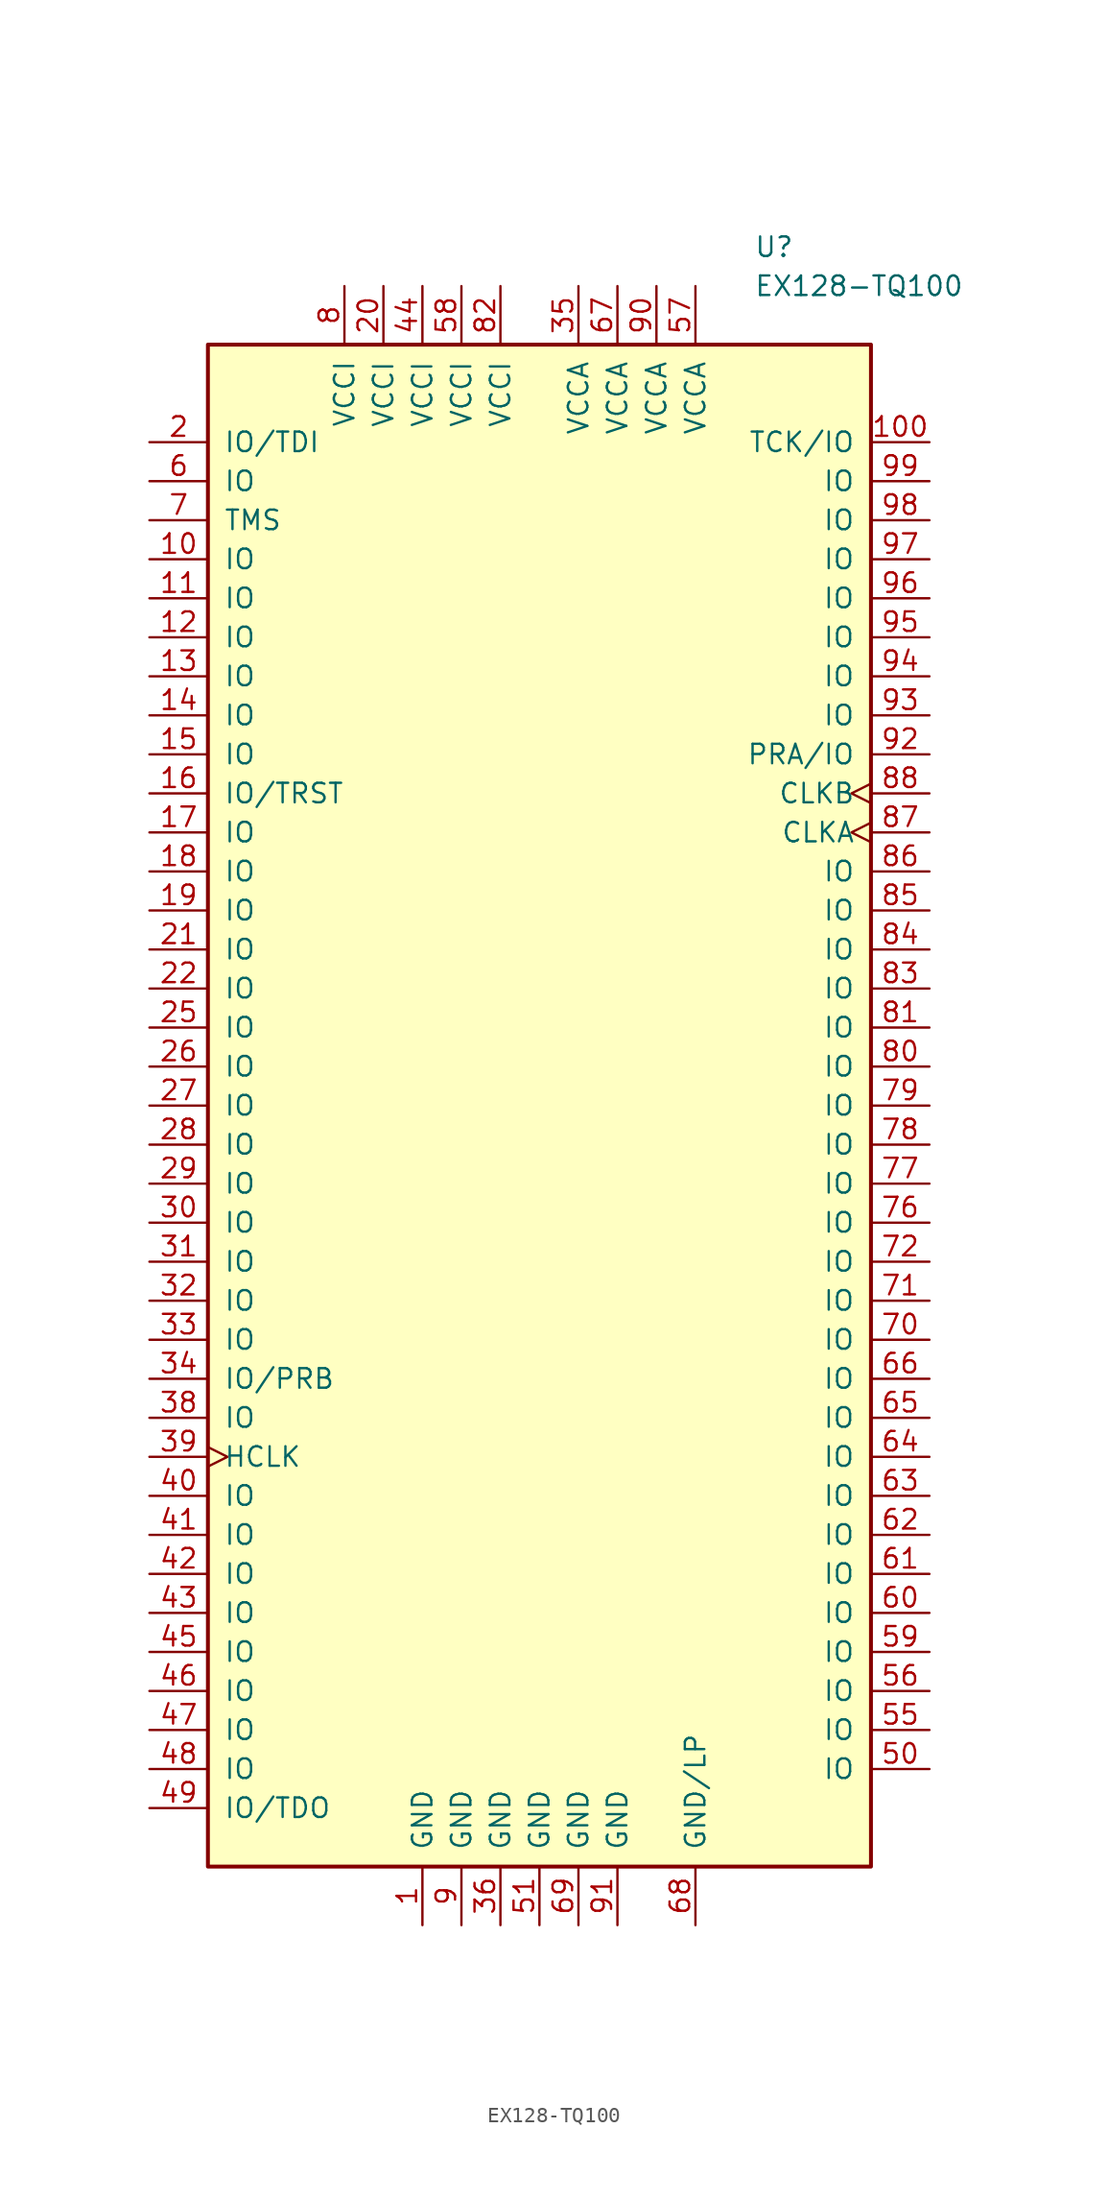
<source format=kicad_sym>
(kicad_symbol_lib
  (version 20231120)
  (generator "kicad_symbol_editor")
  (generator_version "8.0")
  (symbol "EX128-TQ100"
    (pin_names
      (offset 1.016))
    (property "Reference" "U"
      (at 13.97 55.88 0)
      (effects (font (size 1.27 1.27)) (justify left)))
    (property "Value" "EX128-TQ100"
      (at 13.97 53.34 0)
      (effects (font (size 1.27 1.27)) (justify left)))
    (symbol "EX128-TQ100_0_1"
      (rectangle (start -21.59 49.53) (end 21.59 -49.53) (stroke (width 0.254) (type default)) (fill (type background))))
    (symbol "EX128-TQ100_1_1"
      (pin power_in line (at -7.62 -53.34 90) (length 3.81) (name "GND" (effects (font (size 1.27 1.27)))) (number "1" (effects (font (size 1.27 1.27)))))
      (pin bidirectional line (at -25.4 35.56 0) (length 3.81) (name "IO" (effects (font (size 1.27 1.27)))) (number "10" (effects (font (size 1.27 1.27)))))
      (pin bidirectional line (at 25.4 43.18 180) (length 3.81) (name "TCK/IO" (effects (font (size 1.27 1.27)))) (number "100" (effects (font (size 1.27 1.27)))))
      (pin bidirectional line (at -25.4 33.02 0) (length 3.81) (name "IO" (effects (font (size 1.27 1.27)))) (number "11" (effects (font (size 1.27 1.27)))))
      (pin bidirectional line (at -25.4 30.48 0) (length 3.81) (name "IO" (effects (font (size 1.27 1.27)))) (number "12" (effects (font (size 1.27 1.27)))))
      (pin bidirectional line (at -25.4 27.94 0) (length 3.81) (name "IO" (effects (font (size 1.27 1.27)))) (number "13" (effects (font (size 1.27 1.27)))))
      (pin bidirectional line (at -25.4 25.4 0) (length 3.81) (name "IO" (effects (font (size 1.27 1.27)))) (number "14" (effects (font (size 1.27 1.27)))))
      (pin bidirectional line (at -25.4 22.86 0) (length 3.81) (name "IO" (effects (font (size 1.27 1.27)))) (number "15" (effects (font (size 1.27 1.27)))))
      (pin bidirectional line (at -25.4 20.32 0) (length 3.81) (name "IO/TRST" (effects (font (size 1.27 1.27)))) (number "16" (effects (font (size 1.27 1.27)))))
      (pin bidirectional line (at -25.4 17.78 0) (length 3.81) (name "IO" (effects (font (size 1.27 1.27)))) (number "17" (effects (font (size 1.27 1.27)))))
      (pin bidirectional line (at -25.4 15.24 0) (length 3.81) (name "IO" (effects (font (size 1.27 1.27)))) (number "18" (effects (font (size 1.27 1.27)))))
      (pin bidirectional line (at -25.4 12.7 0) (length 3.81) (name "IO" (effects (font (size 1.27 1.27)))) (number "19" (effects (font (size 1.27 1.27)))))
      (pin bidirectional line (at -25.4 43.18 0) (length 3.81) (name "IO/TDI" (effects (font (size 1.27 1.27)))) (number "2" (effects (font (size 1.27 1.27)))))
      (pin power_in line (at -10.16 53.34 270) (length 3.81) (name "VCCI" (effects (font (size 1.27 1.27)))) (number "20" (effects (font (size 1.27 1.27)))))
      (pin bidirectional line (at -25.4 10.16 0) (length 3.81) (name "IO" (effects (font (size 1.27 1.27)))) (number "21" (effects (font (size 1.27 1.27)))))
      (pin bidirectional line (at -25.4 7.62 0) (length 3.81) (name "IO" (effects (font (size 1.27 1.27)))) (number "22" (effects (font (size 1.27 1.27)))))
      (pin bidirectional line (at -25.4 5.08 0) (length 3.81) (name "IO" (effects (font (size 1.27 1.27)))) (number "25" (effects (font (size 1.27 1.27)))))
      (pin bidirectional line (at -25.4 2.54 0) (length 3.81) (name "IO" (effects (font (size 1.27 1.27)))) (number "26" (effects (font (size 1.27 1.27)))))
      (pin bidirectional line (at -25.4 0 0) (length 3.81) (name "IO" (effects (font (size 1.27 1.27)))) (number "27" (effects (font (size 1.27 1.27)))))
      (pin bidirectional line (at -25.4 -2.54 0) (length 3.81) (name "IO" (effects (font (size 1.27 1.27)))) (number "28" (effects (font (size 1.27 1.27)))))
      (pin bidirectional line (at -25.4 -5.08 0) (length 3.81) (name "IO" (effects (font (size 1.27 1.27)))) (number "29" (effects (font (size 1.27 1.27)))))
      (pin bidirectional line (at -25.4 -7.62 0) (length 3.81) (name "IO" (effects (font (size 1.27 1.27)))) (number "30" (effects (font (size 1.27 1.27)))))
      (pin bidirectional line (at -25.4 -10.16 0) (length 3.81) (name "IO" (effects (font (size 1.27 1.27)))) (number "31" (effects (font (size 1.27 1.27)))))
      (pin bidirectional line (at -25.4 -12.7 0) (length 3.81) (name "IO" (effects (font (size 1.27 1.27)))) (number "32" (effects (font (size 1.27 1.27)))))
      (pin bidirectional line (at -25.4 -15.24 0) (length 3.81) (name "IO" (effects (font (size 1.27 1.27)))) (number "33" (effects (font (size 1.27 1.27)))))
      (pin bidirectional line (at -25.4 -17.78 0) (length 3.81) (name "IO/PRB" (effects (font (size 1.27 1.27)))) (number "34" (effects (font (size 1.27 1.27)))))
      (pin power_in line (at 2.54 53.34 270) (length 3.81) (name "VCCA" (effects (font (size 1.27 1.27)))) (number "35" (effects (font (size 1.27 1.27)))))
      (pin power_in line (at -2.54 -53.34 90) (length 3.81) (name "GND" (effects (font (size 1.27 1.27)))) (number "36" (effects (font (size 1.27 1.27)))))
      (pin bidirectional line (at -25.4 -20.32 0) (length 3.81) (name "IO" (effects (font (size 1.27 1.27)))) (number "38" (effects (font (size 1.27 1.27)))))
      (pin input clock (at -25.4 -22.86 0) (length 3.81) (name "HCLK" (effects (font (size 1.27 1.27)))) (number "39" (effects (font (size 1.27 1.27)))))
      (pin bidirectional line (at -25.4 -25.4 0) (length 3.81) (name "IO" (effects (font (size 1.27 1.27)))) (number "40" (effects (font (size 1.27 1.27)))))
      (pin bidirectional line (at -25.4 -27.94 0) (length 3.81) (name "IO" (effects (font (size 1.27 1.27)))) (number "41" (effects (font (size 1.27 1.27)))))
      (pin bidirectional line (at -25.4 -30.48 0) (length 3.81) (name "IO" (effects (font (size 1.27 1.27)))) (number "42" (effects (font (size 1.27 1.27)))))
      (pin bidirectional line (at -25.4 -33.02 0) (length 3.81) (name "IO" (effects (font (size 1.27 1.27)))) (number "43" (effects (font (size 1.27 1.27)))))
      (pin power_in line (at -7.62 53.34 270) (length 3.81) (name "VCCI" (effects (font (size 1.27 1.27)))) (number "44" (effects (font (size 1.27 1.27)))))
      (pin bidirectional line (at -25.4 -35.56 0) (length 3.81) (name "IO" (effects (font (size 1.27 1.27)))) (number "45" (effects (font (size 1.27 1.27)))))
      (pin bidirectional line (at -25.4 -38.1 0) (length 3.81) (name "IO" (effects (font (size 1.27 1.27)))) (number "46" (effects (font (size 1.27 1.27)))))
      (pin bidirectional line (at -25.4 -40.64 0) (length 3.81) (name "IO" (effects (font (size 1.27 1.27)))) (number "47" (effects (font (size 1.27 1.27)))))
      (pin bidirectional line (at -25.4 -43.18 0) (length 3.81) (name "IO" (effects (font (size 1.27 1.27)))) (number "48" (effects (font (size 1.27 1.27)))))
      (pin bidirectional line (at -25.4 -45.72 0) (length 3.81) (name "IO/TDO" (effects (font (size 1.27 1.27)))) (number "49" (effects (font (size 1.27 1.27)))))
      (pin bidirectional line (at 25.4 -43.18 180) (length 3.81) (name "IO" (effects (font (size 1.27 1.27)))) (number "50" (effects (font (size 1.27 1.27)))))
      (pin power_in line (at 0 -53.34 90) (length 3.81) (name "GND" (effects (font (size 1.27 1.27)))) (number "51" (effects (font (size 1.27 1.27)))))
      (pin bidirectional line (at 25.4 -40.64 180) (length 3.81) (name "IO" (effects (font (size 1.27 1.27)))) (number "55" (effects (font (size 1.27 1.27)))))
      (pin bidirectional line (at 25.4 -38.1 180) (length 3.81) (name "IO" (effects (font (size 1.27 1.27)))) (number "56" (effects (font (size 1.27 1.27)))))
      (pin power_in line (at 10.16 53.34 270) (length 3.81) (name "VCCA" (effects (font (size 1.27 1.27)))) (number "57" (effects (font (size 1.27 1.27)))))
      (pin power_in line (at -5.08 53.34 270) (length 3.81) (name "VCCI" (effects (font (size 1.27 1.27)))) (number "58" (effects (font (size 1.27 1.27)))))
      (pin bidirectional line (at 25.4 -35.56 180) (length 3.81) (name "IO" (effects (font (size 1.27 1.27)))) (number "59" (effects (font (size 1.27 1.27)))))
      (pin bidirectional line (at -25.4 40.64 0) (length 3.81) (name "IO" (effects (font (size 1.27 1.27)))) (number "6" (effects (font (size 1.27 1.27)))))
      (pin bidirectional line (at 25.4 -33.02 180) (length 3.81) (name "IO" (effects (font (size 1.27 1.27)))) (number "60" (effects (font (size 1.27 1.27)))))
      (pin bidirectional line (at 25.4 -30.48 180) (length 3.81) (name "IO" (effects (font (size 1.27 1.27)))) (number "61" (effects (font (size 1.27 1.27)))))
      (pin bidirectional line (at 25.4 -27.94 180) (length 3.81) (name "IO" (effects (font (size 1.27 1.27)))) (number "62" (effects (font (size 1.27 1.27)))))
      (pin bidirectional line (at 25.4 -25.4 180) (length 3.81) (name "IO" (effects (font (size 1.27 1.27)))) (number "63" (effects (font (size 1.27 1.27)))))
      (pin bidirectional line (at 25.4 -22.86 180) (length 3.81) (name "IO" (effects (font (size 1.27 1.27)))) (number "64" (effects (font (size 1.27 1.27)))))
      (pin bidirectional line (at 25.4 -20.32 180) (length 3.81) (name "IO" (effects (font (size 1.27 1.27)))) (number "65" (effects (font (size 1.27 1.27)))))
      (pin bidirectional line (at 25.4 -17.78 180) (length 3.81) (name "IO" (effects (font (size 1.27 1.27)))) (number "66" (effects (font (size 1.27 1.27)))))
      (pin power_in line (at 5.08 53.34 270) (length 3.81) (name "VCCA" (effects (font (size 1.27 1.27)))) (number "67" (effects (font (size 1.27 1.27)))))
      (pin power_in line (at 10.16 -53.34 90) (length 3.81) (name "GND/LP" (effects (font (size 1.27 1.27)))) (number "68" (effects (font (size 1.27 1.27)))))
      (pin power_in line (at 2.54 -53.34 90) (length 3.81) (name "GND" (effects (font (size 1.27 1.27)))) (number "69" (effects (font (size 1.27 1.27)))))
      (pin input line (at -25.4 38.1 0) (length 3.81) (name "TMS" (effects (font (size 1.27 1.27)))) (number "7" (effects (font (size 1.27 1.27)))))
      (pin bidirectional line (at 25.4 -15.24 180) (length 3.81) (name "IO" (effects (font (size 1.27 1.27)))) (number "70" (effects (font (size 1.27 1.27)))))
      (pin bidirectional line (at 25.4 -12.7 180) (length 3.81) (name "IO" (effects (font (size 1.27 1.27)))) (number "71" (effects (font (size 1.27 1.27)))))
      (pin bidirectional line (at 25.4 -10.16 180) (length 3.81) (name "IO" (effects (font (size 1.27 1.27)))) (number "72" (effects (font (size 1.27 1.27)))))
      (pin bidirectional line (at 25.4 -7.62 180) (length 3.81) (name "IO" (effects (font (size 1.27 1.27)))) (number "76" (effects (font (size 1.27 1.27)))))
      (pin bidirectional line (at 25.4 -5.08 180) (length 3.81) (name "IO" (effects (font (size 1.27 1.27)))) (number "77" (effects (font (size 1.27 1.27)))))
      (pin bidirectional line (at 25.4 -2.54 180) (length 3.81) (name "IO" (effects (font (size 1.27 1.27)))) (number "78" (effects (font (size 1.27 1.27)))))
      (pin bidirectional line (at 25.4 0 180) (length 3.81) (name "IO" (effects (font (size 1.27 1.27)))) (number "79" (effects (font (size 1.27 1.27)))))
      (pin power_in line (at -12.7 53.34 270) (length 3.785) (name "VCCI" (effects (font (size 1.27 1.27)))) (number "8" (effects (font (size 1.27 1.27)))))
      (pin bidirectional line (at 25.4 2.54 180) (length 3.81) (name "IO" (effects (font (size 1.27 1.27)))) (number "80" (effects (font (size 1.27 1.27)))))
      (pin bidirectional line (at 25.4 5.08 180) (length 3.81) (name "IO" (effects (font (size 1.27 1.27)))) (number "81" (effects (font (size 1.27 1.27)))))
      (pin power_in line (at -2.54 53.34 270) (length 3.81) (name "VCCI" (effects (font (size 1.27 1.27)))) (number "82" (effects (font (size 1.27 1.27)))))
      (pin bidirectional line (at 25.4 7.62 180) (length 3.81) (name "IO" (effects (font (size 1.27 1.27)))) (number "83" (effects (font (size 1.27 1.27)))))
      (pin bidirectional line (at 25.4 10.16 180) (length 3.81) (name "IO" (effects (font (size 1.27 1.27)))) (number "84" (effects (font (size 1.27 1.27)))))
      (pin bidirectional line (at 25.4 12.7 180) (length 3.81) (name "IO" (effects (font (size 1.27 1.27)))) (number "85" (effects (font (size 1.27 1.27)))))
      (pin bidirectional line (at 25.4 15.24 180) (length 3.81) (name "IO" (effects (font (size 1.27 1.27)))) (number "86" (effects (font (size 1.27 1.27)))))
      (pin input clock (at 25.4 17.78 180) (length 3.81) (name "CLKA" (effects (font (size 1.27 1.27)))) (number "87" (effects (font (size 1.27 1.27)))))
      (pin input clock (at 25.4 20.32 180) (length 3.81) (name "CLKB" (effects (font (size 1.27 1.27)))) (number "88" (effects (font (size 1.27 1.27)))))
      (pin power_in line (at -5.08 -53.34 90) (length 3.81) (name "GND" (effects (font (size 1.27 1.27)))) (number "9" (effects (font (size 1.27 1.27)))))
      (pin power_in line (at 7.62 53.34 270) (length 3.81) (name "VCCA" (effects (font (size 1.27 1.27)))) (number "90" (effects (font (size 1.27 1.27)))))
      (pin power_in line (at 5.08 -53.34 90) (length 3.81) (name "GND" (effects (font (size 1.27 1.27)))) (number "91" (effects (font (size 1.27 1.27)))))
      (pin bidirectional line (at 25.4 22.86 180) (length 3.81) (name "PRA/IO" (effects (font (size 1.27 1.27)))) (number "92" (effects (font (size 1.27 1.27)))))
      (pin bidirectional line (at 25.4 25.4 180) (length 3.81) (name "IO" (effects (font (size 1.27 1.27)))) (number "93" (effects (font (size 1.27 1.27)))))
      (pin bidirectional line (at 25.4 27.94 180) (length 3.81) (name "IO" (effects (font (size 1.27 1.27)))) (number "94" (effects (font (size 1.27 1.27)))))
      (pin bidirectional line (at 25.4 30.48 180) (length 3.81) (name "IO" (effects (font (size 1.27 1.27)))) (number "95" (effects (font (size 1.27 1.27)))))
      (pin bidirectional line (at 25.4 33.02 180) (length 3.81) (name "IO" (effects (font (size 1.27 1.27)))) (number "96" (effects (font (size 1.27 1.27)))))
      (pin bidirectional line (at 25.4 35.56 180) (length 3.81) (name "IO" (effects (font (size 1.27 1.27)))) (number "97" (effects (font (size 1.27 1.27)))))
      (pin bidirectional line (at 25.4 38.1 180) (length 3.81) (name "IO" (effects (font (size 1.27 1.27)))) (number "98" (effects (font (size 1.27 1.27)))))
      (pin bidirectional line (at 25.4 40.64 180) (length 3.81) (name "IO" (effects (font (size 1.27 1.27)))) (number "99" (effects (font (size 1.27 1.27))))))))
</source>
